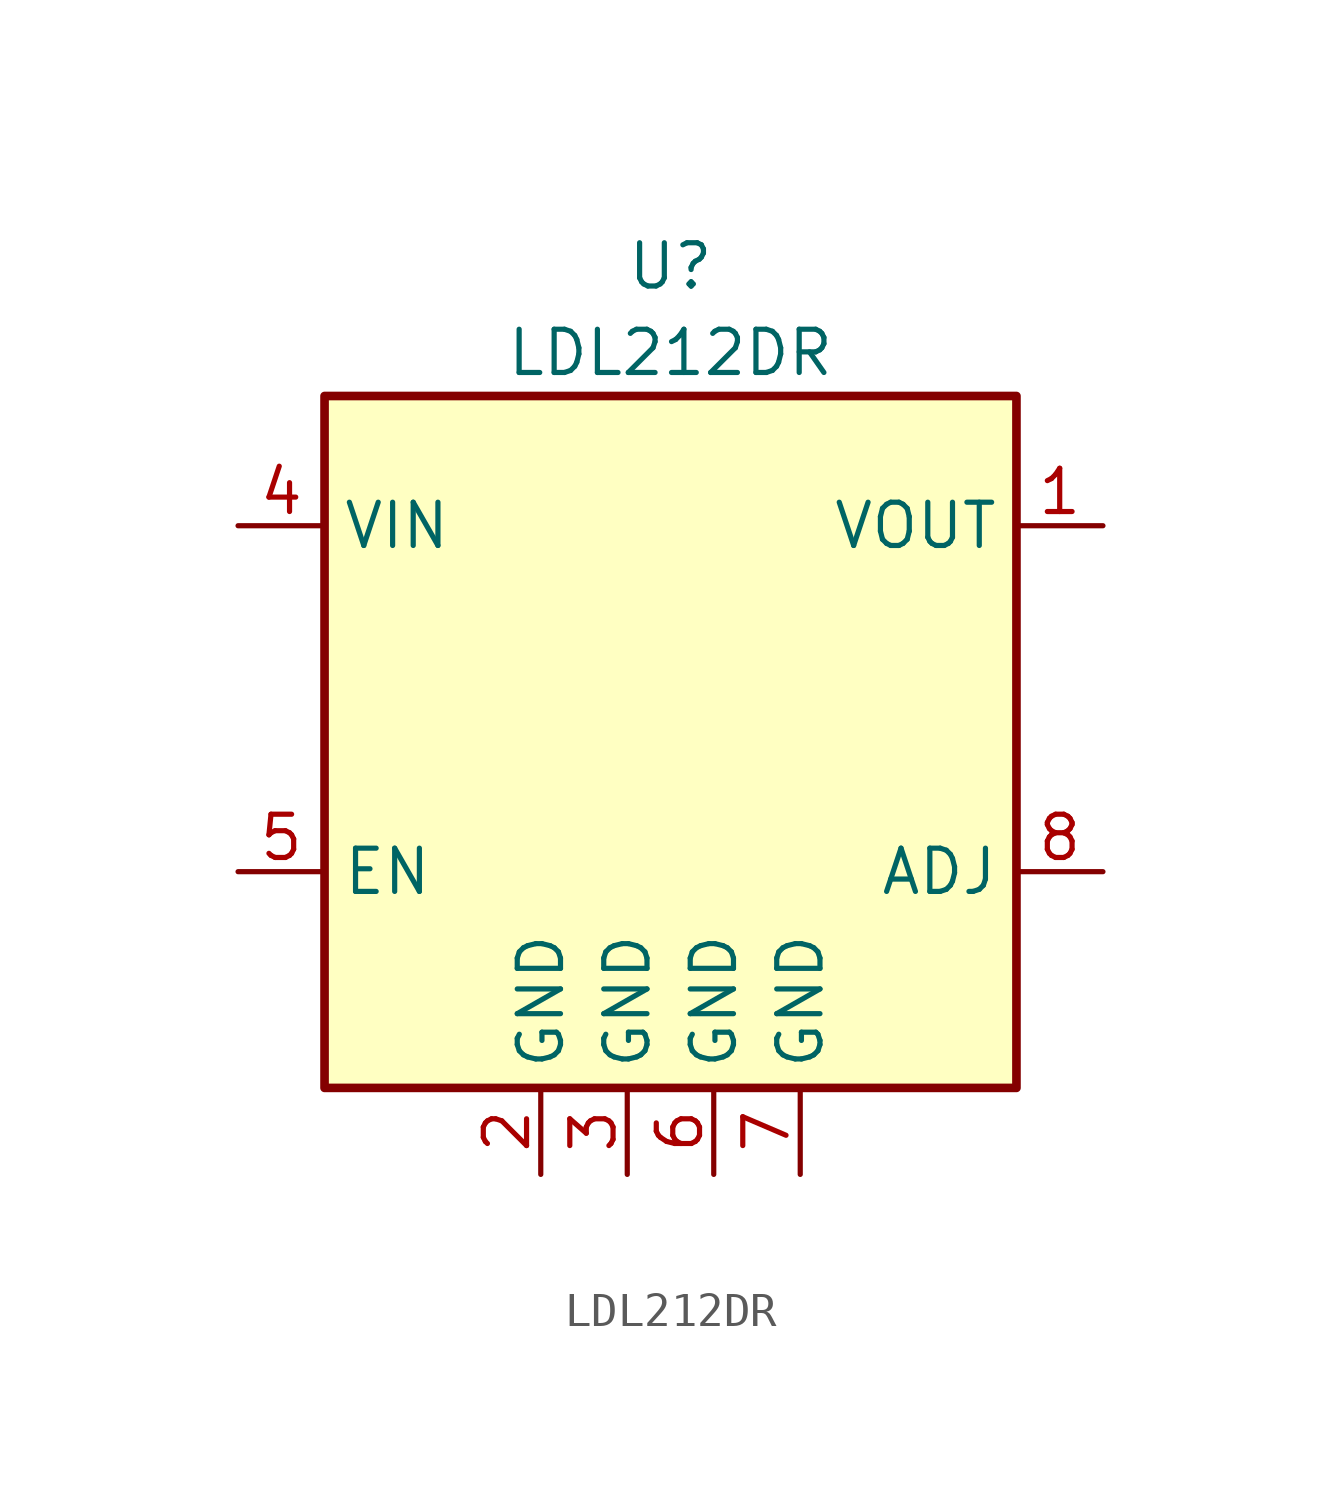
<source format=kicad_sym>
(kicad_symbol_lib
  (version 20220914)
  (generator kicad_symbol_editor)
  (symbol "LDL212DR"
    (property "Reference" "U"
      (at 0 13.97 0)
      (effects (font (size 1.27 1.27))))
    (property "Value" "LDL212DR"
      (at 0 11.43 0)
      (effects (font (size 1.27 1.27))))
    (symbol "LDL212DR_0_1"
      (rectangle (start -10.16 10.16) (end 10.16 -10.16) (stroke (width 0.254) (type default)) (fill (type background))))
    (symbol "LDL212DR_1_1"
      (pin power_out line (at 12.7 6.35 180) (length 2.54) (name "VOUT" (effects (font (size 1.27 1.27)))) (number "1" (effects (font (size 1.27 1.27)))))
      (pin power_in line (at -3.81 -12.7 90) (length 2.54) (name "GND" (effects (font (size 1.27 1.27)))) (number "2" (effects (font (size 1.27 1.27)))))
      (pin power_in line (at -1.27 -12.7 90) (length 2.54) (name "GND" (effects (font (size 1.27 1.27)))) (number "3" (effects (font (size 1.27 1.27)))))
      (pin power_in line (at -12.7 6.35 0) (length 2.54) (name "VIN" (effects (font (size 1.27 1.27)))) (number "4" (effects (font (size 1.27 1.27)))))
      (pin input line (at -12.7 -3.81 0) (length 2.54) (name "EN" (effects (font (size 1.27 1.27)))) (number "5" (effects (font (size 1.27 1.27)))))
      (pin power_out line (at 1.27 -12.7 90) (length 2.54) (name "GND" (effects (font (size 1.27 1.27)))) (number "6" (effects (font (size 1.27 1.27)))))
      (pin power_out line (at 3.81 -12.7 90) (length 2.54) (name "GND" (effects (font (size 1.27 1.27)))) (number "7" (effects (font (size 1.27 1.27)))))
      (pin input line (at 12.7 -3.81 180) (length 2.54) (name "ADJ" (effects (font (size 1.27 1.27)))) (number "8" (effects (font (size 1.27 1.27))))))))
</source>
